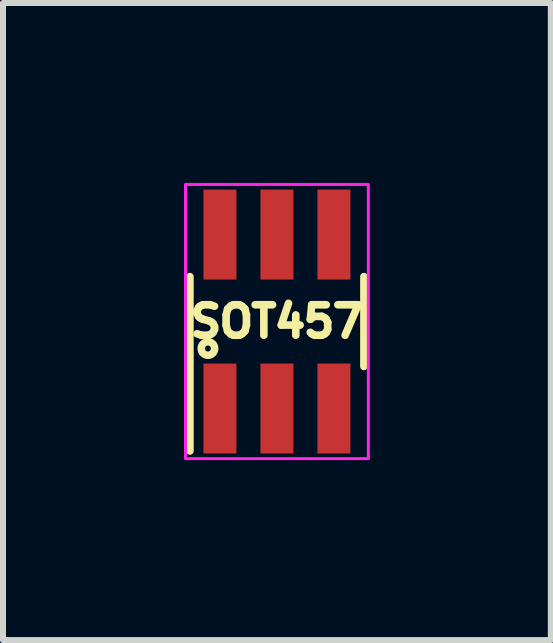
<source format=kicad_pcb>
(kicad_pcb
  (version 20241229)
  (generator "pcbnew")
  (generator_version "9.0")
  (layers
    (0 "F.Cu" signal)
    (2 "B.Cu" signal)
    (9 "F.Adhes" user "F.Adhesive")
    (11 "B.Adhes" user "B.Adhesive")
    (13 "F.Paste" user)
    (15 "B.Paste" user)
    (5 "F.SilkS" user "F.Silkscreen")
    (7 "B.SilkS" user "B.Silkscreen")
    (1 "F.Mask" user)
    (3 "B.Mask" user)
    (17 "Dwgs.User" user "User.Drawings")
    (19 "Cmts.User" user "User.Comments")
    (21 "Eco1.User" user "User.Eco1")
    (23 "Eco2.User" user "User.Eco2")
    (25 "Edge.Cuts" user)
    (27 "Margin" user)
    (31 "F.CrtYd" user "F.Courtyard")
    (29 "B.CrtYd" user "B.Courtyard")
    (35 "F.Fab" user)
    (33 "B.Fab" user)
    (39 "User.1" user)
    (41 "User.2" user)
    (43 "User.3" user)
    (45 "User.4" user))
  (footprint "SOT457"
    (layer "F.Cu")
    (at 1.567 2.311)
    (property "Reference" "SOT457" (at 0 0 0) (layer "F.SilkS") (effects (font (size 0.508 0.508) (thickness 0.127))))
    (attr through_hole)
    (fp_line (start -1.45 2.159) (end -1.45 -0.75) (stroke (width 0.125) (type solid)) (layer "F.SilkS"))
    (fp_line (start 1.45 -0.75) (end 1.45 0.75) (stroke (width 0.125) (type solid)) (layer "F.SilkS"))
    (fp_circle (center -1.15 0.45) (end -1.15 0.5) (stroke (width 0.125) (type solid)) (fill no) (layer "F.SilkS"))
    (fp_rect (start -1.524 2.286) (end 1.524 -2.286) (stroke (width 0.05) (type solid)) (fill no) (layer "F.CrtYd"))
    (pad "1" smd rect (at -0.95 1.45) (size 0.55 1.5) (layers "F.Cu" "F.Mask" "F.Paste"))
    (pad "2" smd rect (at 0 1.45) (size 0.55 1.5) (layers "F.Cu" "F.Mask" "F.Paste"))
    (pad "3" smd rect (at 0.95 1.45) (size 0.55 1.5) (layers "F.Cu" "F.Mask" "F.Paste"))
    (pad "4" smd rect (at 0.95 -1.45) (size 0.55 1.5) (layers "F.Cu" "F.Mask" "F.Paste"))
    (pad "5" smd rect (at 0 -1.45) (size 0.55 1.5) (layers "F.Cu" "F.Mask" "F.Paste"))
    (pad "6" smd rect (at -0.95 -1.45) (size 0.55 1.5) (layers "F.Cu" "F.Mask" "F.Paste")))
  (gr_rect
    (start -3 -3)
    (end 6.134 7.622)
    (stroke (width 0.1) (type default))
    (fill no)
    (layer "Edge.Cuts")))
</source>
